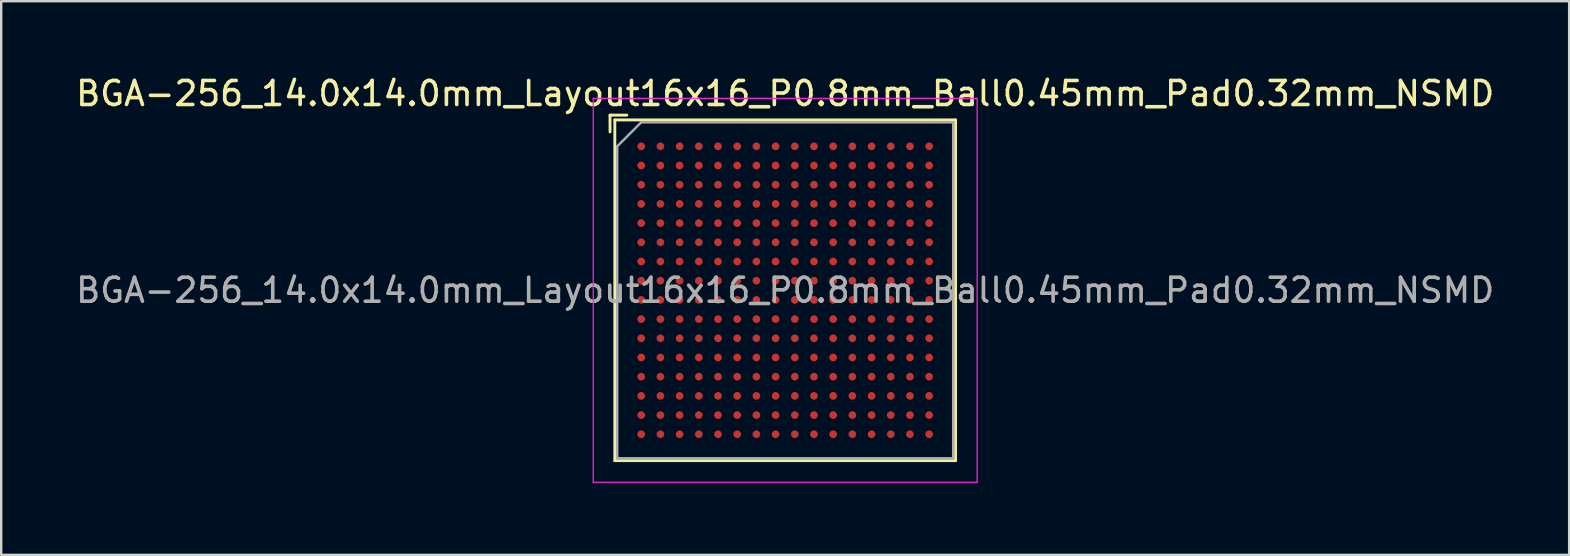
<source format=kicad_pcb>
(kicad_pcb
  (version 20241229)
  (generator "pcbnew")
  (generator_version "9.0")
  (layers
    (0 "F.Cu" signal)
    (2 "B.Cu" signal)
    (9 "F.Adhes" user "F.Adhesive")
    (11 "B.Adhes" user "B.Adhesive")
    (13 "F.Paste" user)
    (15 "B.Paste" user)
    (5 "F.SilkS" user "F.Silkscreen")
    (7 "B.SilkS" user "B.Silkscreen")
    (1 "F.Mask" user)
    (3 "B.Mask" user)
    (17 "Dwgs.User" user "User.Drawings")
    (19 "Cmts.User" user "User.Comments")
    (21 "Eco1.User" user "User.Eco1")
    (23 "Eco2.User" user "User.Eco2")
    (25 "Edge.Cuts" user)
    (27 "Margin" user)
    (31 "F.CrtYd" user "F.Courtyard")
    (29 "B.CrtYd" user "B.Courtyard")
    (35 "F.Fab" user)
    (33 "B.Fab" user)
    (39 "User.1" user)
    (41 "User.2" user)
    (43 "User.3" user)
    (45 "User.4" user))
  (footprint "BGA-256_14.0x14.0mm_Layout16x16_P0.8mm_Ball0.45mm_Pad0.32mm_NSMD"
    (layer "F.Cu")
    (at 29.673 9.048)
    (property "Reference" "BGA-256_14.0x14.0mm_Layout16x16_P0.8mm_Ball0.45mm_Pad0.32mm_NSMD" (at 0 -8.2 0) (layer "F.SilkS") (effects (font (size 1 1) (thickness 0.15))))
    (attr smd)
    (fp_line (start -7.3 -7.3) (end -7.3 -6.6) (stroke (width 0.12) (type solid)) (layer "F.SilkS"))
    (fp_line (start -7.1 -7.1) (end -7.1 7.1) (stroke (width 0.12) (type solid)) (layer "F.SilkS"))
    (fp_line (start -7.1 7.1) (end 7.1 7.1) (stroke (width 0.12) (type solid)) (layer "F.SilkS"))
    (fp_line (start -6.6 -7.3) (end -7.3 -7.3) (stroke (width 0.12) (type solid)) (layer "F.SilkS"))
    (fp_line (start 7.1 -7.1) (end -7.1 -7.1) (stroke (width 0.12) (type solid)) (layer "F.SilkS"))
    (fp_line (start 7.1 7.1) (end 7.1 -7.1) (stroke (width 0.12) (type solid)) (layer "F.SilkS"))
    (fp_line (start -8 -8) (end -8 8) (stroke (width 0.05) (type solid)) (layer "F.CrtYd"))
    (fp_line (start -8 -8) (end 8 -8) (stroke (width 0.05) (type solid)) (layer "F.CrtYd"))
    (fp_line (start 8 8) (end -8 8) (stroke (width 0.05) (type solid)) (layer "F.CrtYd"))
    (fp_line (start 8 8) (end 8 -8) (stroke (width 0.05) (type solid)) (layer "F.CrtYd"))
    (fp_line (start -7 -6) (end -7 7) (stroke (width 0.1) (type solid)) (layer "F.Fab"))
    (fp_line (start -7 7) (end 7 7) (stroke (width 0.1) (type solid)) (layer "F.Fab"))
    (fp_line (start -6 -7) (end -7 -6) (stroke (width 0.1) (type solid)) (layer "F.Fab"))
    (fp_line (start 7 -7) (end -6 -7) (stroke (width 0.1) (type solid)) (layer "F.Fab"))
    (fp_line (start 7 7) (end 7 -7) (stroke (width 0.1) (type solid)) (layer "F.Fab"))
    (fp_text user "${REFERENCE}" (at 0 0 0) (layer "F.Fab") (effects (font (size 1 1) (thickness 0.15))))
    (pad "A1" smd circle (at -6 -6) (size 0.32 0.32) (layers "F.Cu" "F.Mask" "F.Paste"))
    (pad "A2" smd circle (at -5.2 -6) (size 0.32 0.32) (layers "F.Cu" "F.Mask" "F.Paste"))
    (pad "A3" smd circle (at -4.4 -6) (size 0.32 0.32) (layers "F.Cu" "F.Mask" "F.Paste"))
    (pad "A4" smd circle (at -3.6 -6) (size 0.32 0.32) (layers "F.Cu" "F.Mask" "F.Paste"))
    (pad "A5" smd circle (at -2.8 -6) (size 0.32 0.32) (layers "F.Cu" "F.Mask" "F.Paste"))
    (pad "A6" smd circle (at -2 -6) (size 0.32 0.32) (layers "F.Cu" "F.Mask" "F.Paste"))
    (pad "A7" smd circle (at -1.2 -6) (size 0.32 0.32) (layers "F.Cu" "F.Mask" "F.Paste"))
    (pad "A8" smd circle (at -0.4 -6) (size 0.32 0.32) (layers "F.Cu" "F.Mask" "F.Paste"))
    (pad "A9" smd circle (at 0.4 -6) (size 0.32 0.32) (layers "F.Cu" "F.Mask" "F.Paste"))
    (pad "A10" smd circle (at 1.2 -6) (size 0.32 0.32) (layers "F.Cu" "F.Mask" "F.Paste"))
    (pad "A11" smd circle (at 2 -6) (size 0.32 0.32) (layers "F.Cu" "F.Mask" "F.Paste"))
    (pad "A12" smd circle (at 2.8 -6) (size 0.32 0.32) (layers "F.Cu" "F.Mask" "F.Paste"))
    (pad "A13" smd circle (at 3.6 -6) (size 0.32 0.32) (layers "F.Cu" "F.Mask" "F.Paste"))
    (pad "A14" smd circle (at 4.4 -6) (size 0.32 0.32) (layers "F.Cu" "F.Mask" "F.Paste"))
    (pad "A15" smd circle (at 5.2 -6) (size 0.32 0.32) (layers "F.Cu" "F.Mask" "F.Paste"))
    (pad "A16" smd circle (at 6 -6) (size 0.32 0.32) (layers "F.Cu" "F.Mask" "F.Paste"))
    (pad "B1" smd circle (at -6 -5.2) (size 0.32 0.32) (layers "F.Cu" "F.Mask" "F.Paste"))
    (pad "B2" smd circle (at -5.2 -5.2) (size 0.32 0.32) (layers "F.Cu" "F.Mask" "F.Paste"))
    (pad "B3" smd circle (at -4.4 -5.2) (size 0.32 0.32) (layers "F.Cu" "F.Mask" "F.Paste"))
    (pad "B4" smd circle (at -3.6 -5.2) (size 0.32 0.32) (layers "F.Cu" "F.Mask" "F.Paste"))
    (pad "B5" smd circle (at -2.8 -5.2) (size 0.32 0.32) (layers "F.Cu" "F.Mask" "F.Paste"))
    (pad "B6" smd circle (at -2 -5.2) (size 0.32 0.32) (layers "F.Cu" "F.Mask" "F.Paste"))
    (pad "B7" smd circle (at -1.2 -5.2) (size 0.32 0.32) (layers "F.Cu" "F.Mask" "F.Paste"))
    (pad "B8" smd circle (at -0.4 -5.2) (size 0.32 0.32) (layers "F.Cu" "F.Mask" "F.Paste"))
    (pad "B9" smd circle (at 0.4 -5.2) (size 0.32 0.32) (layers "F.Cu" "F.Mask" "F.Paste"))
    (pad "B10" smd circle (at 1.2 -5.2) (size 0.32 0.32) (layers "F.Cu" "F.Mask" "F.Paste"))
    (pad "B11" smd circle (at 2 -5.2) (size 0.32 0.32) (layers "F.Cu" "F.Mask" "F.Paste"))
    (pad "B12" smd circle (at 2.8 -5.2) (size 0.32 0.32) (layers "F.Cu" "F.Mask" "F.Paste"))
    (pad "B13" smd circle (at 3.6 -5.2) (size 0.32 0.32) (layers "F.Cu" "F.Mask" "F.Paste"))
    (pad "B14" smd circle (at 4.4 -5.2) (size 0.32 0.32) (layers "F.Cu" "F.Mask" "F.Paste"))
    (pad "B15" smd circle (at 5.2 -5.2) (size 0.32 0.32) (layers "F.Cu" "F.Mask" "F.Paste"))
    (pad "B16" smd circle (at 6 -5.2) (size 0.32 0.32) (layers "F.Cu" "F.Mask" "F.Paste"))
    (pad "C1" smd circle (at -6 -4.4) (size 0.32 0.32) (layers "F.Cu" "F.Mask" "F.Paste"))
    (pad "C2" smd circle (at -5.2 -4.4) (size 0.32 0.32) (layers "F.Cu" "F.Mask" "F.Paste"))
    (pad "C3" smd circle (at -4.4 -4.4) (size 0.32 0.32) (layers "F.Cu" "F.Mask" "F.Paste"))
    (pad "C4" smd circle (at -3.6 -4.4) (size 0.32 0.32) (layers "F.Cu" "F.Mask" "F.Paste"))
    (pad "C5" smd circle (at -2.8 -4.4) (size 0.32 0.32) (layers "F.Cu" "F.Mask" "F.Paste"))
    (pad "C6" smd circle (at -2 -4.4) (size 0.32 0.32) (layers "F.Cu" "F.Mask" "F.Paste"))
    (pad "C7" smd circle (at -1.2 -4.4) (size 0.32 0.32) (layers "F.Cu" "F.Mask" "F.Paste"))
    (pad "C8" smd circle (at -0.4 -4.4) (size 0.32 0.32) (layers "F.Cu" "F.Mask" "F.Paste"))
    (pad "C9" smd circle (at 0.4 -4.4) (size 0.32 0.32) (layers "F.Cu" "F.Mask" "F.Paste"))
    (pad "C10" smd circle (at 1.2 -4.4) (size 0.32 0.32) (layers "F.Cu" "F.Mask" "F.Paste"))
    (pad "C11" smd circle (at 2 -4.4) (size 0.32 0.32) (layers "F.Cu" "F.Mask" "F.Paste"))
    (pad "C12" smd circle (at 2.8 -4.4) (size 0.32 0.32) (layers "F.Cu" "F.Mask" "F.Paste"))
    (pad "C13" smd circle (at 3.6 -4.4) (size 0.32 0.32) (layers "F.Cu" "F.Mask" "F.Paste"))
    (pad "C14" smd circle (at 4.4 -4.4) (size 0.32 0.32) (layers "F.Cu" "F.Mask" "F.Paste"))
    (pad "C15" smd circle (at 5.2 -4.4) (size 0.32 0.32) (layers "F.Cu" "F.Mask" "F.Paste"))
    (pad "C16" smd circle (at 6 -4.4) (size 0.32 0.32) (layers "F.Cu" "F.Mask" "F.Paste"))
    (pad "D1" smd circle (at -6 -3.6) (size 0.32 0.32) (layers "F.Cu" "F.Mask" "F.Paste"))
    (pad "D2" smd circle (at -5.2 -3.6) (size 0.32 0.32) (layers "F.Cu" "F.Mask" "F.Paste"))
    (pad "D3" smd circle (at -4.4 -3.6) (size 0.32 0.32) (layers "F.Cu" "F.Mask" "F.Paste"))
    (pad "D4" smd circle (at -3.6 -3.6) (size 0.32 0.32) (layers "F.Cu" "F.Mask" "F.Paste"))
    (pad "D5" smd circle (at -2.8 -3.6) (size 0.32 0.32) (layers "F.Cu" "F.Mask" "F.Paste"))
    (pad "D6" smd circle (at -2 -3.6) (size 0.32 0.32) (layers "F.Cu" "F.Mask" "F.Paste"))
    (pad "D7" smd circle (at -1.2 -3.6) (size 0.32 0.32) (layers "F.Cu" "F.Mask" "F.Paste"))
    (pad "D8" smd circle (at -0.4 -3.6) (size 0.32 0.32) (layers "F.Cu" "F.Mask" "F.Paste"))
    (pad "D9" smd circle (at 0.4 -3.6) (size 0.32 0.32) (layers "F.Cu" "F.Mask" "F.Paste"))
    (pad "D10" smd circle (at 1.2 -3.6) (size 0.32 0.32) (layers "F.Cu" "F.Mask" "F.Paste"))
    (pad "D11" smd circle (at 2 -3.6) (size 0.32 0.32) (layers "F.Cu" "F.Mask" "F.Paste"))
    (pad "D12" smd circle (at 2.8 -3.6) (size 0.32 0.32) (layers "F.Cu" "F.Mask" "F.Paste"))
    (pad "D13" smd circle (at 3.6 -3.6) (size 0.32 0.32) (layers "F.Cu" "F.Mask" "F.Paste"))
    (pad "D14" smd circle (at 4.4 -3.6) (size 0.32 0.32) (layers "F.Cu" "F.Mask" "F.Paste"))
    (pad "D15" smd circle (at 5.2 -3.6) (size 0.32 0.32) (layers "F.Cu" "F.Mask" "F.Paste"))
    (pad "D16" smd circle (at 6 -3.6) (size 0.32 0.32) (layers "F.Cu" "F.Mask" "F.Paste"))
    (pad "E1" smd circle (at -6 -2.8) (size 0.32 0.32) (layers "F.Cu" "F.Mask" "F.Paste"))
    (pad "E2" smd circle (at -5.2 -2.8) (size 0.32 0.32) (layers "F.Cu" "F.Mask" "F.Paste"))
    (pad "E3" smd circle (at -4.4 -2.8) (size 0.32 0.32) (layers "F.Cu" "F.Mask" "F.Paste"))
    (pad "E4" smd circle (at -3.6 -2.8) (size 0.32 0.32) (layers "F.Cu" "F.Mask" "F.Paste"))
    (pad "E5" smd circle (at -2.8 -2.8) (size 0.32 0.32) (layers "F.Cu" "F.Mask" "F.Paste"))
    (pad "E6" smd circle (at -2 -2.8) (size 0.32 0.32) (layers "F.Cu" "F.Mask" "F.Paste"))
    (pad "E7" smd circle (at -1.2 -2.8) (size 0.32 0.32) (layers "F.Cu" "F.Mask" "F.Paste"))
    (pad "E8" smd circle (at -0.4 -2.8) (size 0.32 0.32) (layers "F.Cu" "F.Mask" "F.Paste"))
    (pad "E9" smd circle (at 0.4 -2.8) (size 0.32 0.32) (layers "F.Cu" "F.Mask" "F.Paste"))
    (pad "E10" smd circle (at 1.2 -2.8) (size 0.32 0.32) (layers "F.Cu" "F.Mask" "F.Paste"))
    (pad "E11" smd circle (at 2 -2.8) (size 0.32 0.32) (layers "F.Cu" "F.Mask" "F.Paste"))
    (pad "E12" smd circle (at 2.8 -2.8) (size 0.32 0.32) (layers "F.Cu" "F.Mask" "F.Paste"))
    (pad "E13" smd circle (at 3.6 -2.8) (size 0.32 0.32) (layers "F.Cu" "F.Mask" "F.Paste"))
    (pad "E14" smd circle (at 4.4 -2.8) (size 0.32 0.32) (layers "F.Cu" "F.Mask" "F.Paste"))
    (pad "E15" smd circle (at 5.2 -2.8) (size 0.32 0.32) (layers "F.Cu" "F.Mask" "F.Paste"))
    (pad "E16" smd circle (at 6 -2.8) (size 0.32 0.32) (layers "F.Cu" "F.Mask" "F.Paste"))
    (pad "F1" smd circle (at -6 -2) (size 0.32 0.32) (layers "F.Cu" "F.Mask" "F.Paste"))
    (pad "F2" smd circle (at -5.2 -2) (size 0.32 0.32) (layers "F.Cu" "F.Mask" "F.Paste"))
    (pad "F3" smd circle (at -4.4 -2) (size 0.32 0.32) (layers "F.Cu" "F.Mask" "F.Paste"))
    (pad "F4" smd circle (at -3.6 -2) (size 0.32 0.32) (layers "F.Cu" "F.Mask" "F.Paste"))
    (pad "F5" smd circle (at -2.8 -2) (size 0.32 0.32) (layers "F.Cu" "F.Mask" "F.Paste"))
    (pad "F6" smd circle (at -2 -2) (size 0.32 0.32) (layers "F.Cu" "F.Mask" "F.Paste"))
    (pad "F7" smd circle (at -1.2 -2) (size 0.32 0.32) (layers "F.Cu" "F.Mask" "F.Paste"))
    (pad "F8" smd circle (at -0.4 -2) (size 0.32 0.32) (layers "F.Cu" "F.Mask" "F.Paste"))
    (pad "F9" smd circle (at 0.4 -2) (size 0.32 0.32) (layers "F.Cu" "F.Mask" "F.Paste"))
    (pad "F10" smd circle (at 1.2 -2) (size 0.32 0.32) (layers "F.Cu" "F.Mask" "F.Paste"))
    (pad "F11" smd circle (at 2 -2) (size 0.32 0.32) (layers "F.Cu" "F.Mask" "F.Paste"))
    (pad "F12" smd circle (at 2.8 -2) (size 0.32 0.32) (layers "F.Cu" "F.Mask" "F.Paste"))
    (pad "F13" smd circle (at 3.6 -2) (size 0.32 0.32) (layers "F.Cu" "F.Mask" "F.Paste"))
    (pad "F14" smd circle (at 4.4 -2) (size 0.32 0.32) (layers "F.Cu" "F.Mask" "F.Paste"))
    (pad "F15" smd circle (at 5.2 -2) (size 0.32 0.32) (layers "F.Cu" "F.Mask" "F.Paste"))
    (pad "F16" smd circle (at 6 -2) (size 0.32 0.32) (layers "F.Cu" "F.Mask" "F.Paste"))
    (pad "G1" smd circle (at -6 -1.2) (size 0.32 0.32) (layers "F.Cu" "F.Mask" "F.Paste"))
    (pad "G2" smd circle (at -5.2 -1.2) (size 0.32 0.32) (layers "F.Cu" "F.Mask" "F.Paste"))
    (pad "G3" smd circle (at -4.4 -1.2) (size 0.32 0.32) (layers "F.Cu" "F.Mask" "F.Paste"))
    (pad "G4" smd circle (at -3.6 -1.2) (size 0.32 0.32) (layers "F.Cu" "F.Mask" "F.Paste"))
    (pad "G5" smd circle (at -2.8 -1.2) (size 0.32 0.32) (layers "F.Cu" "F.Mask" "F.Paste"))
    (pad "G6" smd circle (at -2 -1.2) (size 0.32 0.32) (layers "F.Cu" "F.Mask" "F.Paste"))
    (pad "G7" smd circle (at -1.2 -1.2) (size 0.32 0.32) (layers "F.Cu" "F.Mask" "F.Paste"))
    (pad "G8" smd circle (at -0.4 -1.2) (size 0.32 0.32) (layers "F.Cu" "F.Mask" "F.Paste"))
    (pad "G9" smd circle (at 0.4 -1.2) (size 0.32 0.32) (layers "F.Cu" "F.Mask" "F.Paste"))
    (pad "G10" smd circle (at 1.2 -1.2) (size 0.32 0.32) (layers "F.Cu" "F.Mask" "F.Paste"))
    (pad "G11" smd circle (at 2 -1.2) (size 0.32 0.32) (layers "F.Cu" "F.Mask" "F.Paste"))
    (pad "G12" smd circle (at 2.8 -1.2) (size 0.32 0.32) (layers "F.Cu" "F.Mask" "F.Paste"))
    (pad "G13" smd circle (at 3.6 -1.2) (size 0.32 0.32) (layers "F.Cu" "F.Mask" "F.Paste"))
    (pad "G14" smd circle (at 4.4 -1.2) (size 0.32 0.32) (layers "F.Cu" "F.Mask" "F.Paste"))
    (pad "G15" smd circle (at 5.2 -1.2) (size 0.32 0.32) (layers "F.Cu" "F.Mask" "F.Paste"))
    (pad "G16" smd circle (at 6 -1.2) (size 0.32 0.32) (layers "F.Cu" "F.Mask" "F.Paste"))
    (pad "H1" smd circle (at -6 -0.4) (size 0.32 0.32) (layers "F.Cu" "F.Mask" "F.Paste"))
    (pad "H2" smd circle (at -5.2 -0.4) (size 0.32 0.32) (layers "F.Cu" "F.Mask" "F.Paste"))
    (pad "H3" smd circle (at -4.4 -0.4) (size 0.32 0.32) (layers "F.Cu" "F.Mask" "F.Paste"))
    (pad "H4" smd circle (at -3.6 -0.4) (size 0.32 0.32) (layers "F.Cu" "F.Mask" "F.Paste"))
    (pad "H5" smd circle (at -2.8 -0.4) (size 0.32 0.32) (layers "F.Cu" "F.Mask" "F.Paste"))
    (pad "H6" smd circle (at -2 -0.4) (size 0.32 0.32) (layers "F.Cu" "F.Mask" "F.Paste"))
    (pad "H7" smd circle (at -1.2 -0.4) (size 0.32 0.32) (layers "F.Cu" "F.Mask" "F.Paste"))
    (pad "H8" smd circle (at -0.4 -0.4) (size 0.32 0.32) (layers "F.Cu" "F.Mask" "F.Paste"))
    (pad "H9" smd circle (at 0.4 -0.4) (size 0.32 0.32) (layers "F.Cu" "F.Mask" "F.Paste"))
    (pad "H10" smd circle (at 1.2 -0.4) (size 0.32 0.32) (layers "F.Cu" "F.Mask" "F.Paste"))
    (pad "H11" smd circle (at 2 -0.4) (size 0.32 0.32) (layers "F.Cu" "F.Mask" "F.Paste"))
    (pad "H12" smd circle (at 2.8 -0.4) (size 0.32 0.32) (layers "F.Cu" "F.Mask" "F.Paste"))
    (pad "H13" smd circle (at 3.6 -0.4) (size 0.32 0.32) (layers "F.Cu" "F.Mask" "F.Paste"))
    (pad "H14" smd circle (at 4.4 -0.4) (size 0.32 0.32) (layers "F.Cu" "F.Mask" "F.Paste"))
    (pad "H15" smd circle (at 5.2 -0.4) (size 0.32 0.32) (layers "F.Cu" "F.Mask" "F.Paste"))
    (pad "H16" smd circle (at 6 -0.4) (size 0.32 0.32) (layers "F.Cu" "F.Mask" "F.Paste"))
    (pad "J1" smd circle (at -6 0.4) (size 0.32 0.32) (layers "F.Cu" "F.Mask" "F.Paste"))
    (pad "J2" smd circle (at -5.2 0.4) (size 0.32 0.32) (layers "F.Cu" "F.Mask" "F.Paste"))
    (pad "J3" smd circle (at -4.4 0.4) (size 0.32 0.32) (layers "F.Cu" "F.Mask" "F.Paste"))
    (pad "J4" smd circle (at -3.6 0.4) (size 0.32 0.32) (layers "F.Cu" "F.Mask" "F.Paste"))
    (pad "J5" smd circle (at -2.8 0.4) (size 0.32 0.32) (layers "F.Cu" "F.Mask" "F.Paste"))
    (pad "J6" smd circle (at -2 0.4) (size 0.32 0.32) (layers "F.Cu" "F.Mask" "F.Paste"))
    (pad "J7" smd circle (at -1.2 0.4) (size 0.32 0.32) (layers "F.Cu" "F.Mask" "F.Paste"))
    (pad "J8" smd circle (at -0.4 0.4) (size 0.32 0.32) (layers "F.Cu" "F.Mask" "F.Paste"))
    (pad "J9" smd circle (at 0.4 0.4) (size 0.32 0.32) (layers "F.Cu" "F.Mask" "F.Paste"))
    (pad "J10" smd circle (at 1.2 0.4) (size 0.32 0.32) (layers "F.Cu" "F.Mask" "F.Paste"))
    (pad "J11" smd circle (at 2 0.4) (size 0.32 0.32) (layers "F.Cu" "F.Mask" "F.Paste"))
    (pad "J12" smd circle (at 2.8 0.4) (size 0.32 0.32) (layers "F.Cu" "F.Mask" "F.Paste"))
    (pad "J13" smd circle (at 3.6 0.4) (size 0.32 0.32) (layers "F.Cu" "F.Mask" "F.Paste"))
    (pad "J14" smd circle (at 4.4 0.4) (size 0.32 0.32) (layers "F.Cu" "F.Mask" "F.Paste"))
    (pad "J15" smd circle (at 5.2 0.4) (size 0.32 0.32) (layers "F.Cu" "F.Mask" "F.Paste"))
    (pad "J16" smd circle (at 6 0.4) (size 0.32 0.32) (layers "F.Cu" "F.Mask" "F.Paste"))
    (pad "K1" smd circle (at -6 1.2) (size 0.32 0.32) (layers "F.Cu" "F.Mask" "F.Paste"))
    (pad "K2" smd circle (at -5.2 1.2) (size 0.32 0.32) (layers "F.Cu" "F.Mask" "F.Paste"))
    (pad "K3" smd circle (at -4.4 1.2) (size 0.32 0.32) (layers "F.Cu" "F.Mask" "F.Paste"))
    (pad "K4" smd circle (at -3.6 1.2) (size 0.32 0.32) (layers "F.Cu" "F.Mask" "F.Paste"))
    (pad "K5" smd circle (at -2.8 1.2) (size 0.32 0.32) (layers "F.Cu" "F.Mask" "F.Paste"))
    (pad "K6" smd circle (at -2 1.2) (size 0.32 0.32) (layers "F.Cu" "F.Mask" "F.Paste"))
    (pad "K7" smd circle (at -1.2 1.2) (size 0.32 0.32) (layers "F.Cu" "F.Mask" "F.Paste"))
    (pad "K8" smd circle (at -0.4 1.2) (size 0.32 0.32) (layers "F.Cu" "F.Mask" "F.Paste"))
    (pad "K9" smd circle (at 0.4 1.2) (size 0.32 0.32) (layers "F.Cu" "F.Mask" "F.Paste"))
    (pad "K10" smd circle (at 1.2 1.2) (size 0.32 0.32) (layers "F.Cu" "F.Mask" "F.Paste"))
    (pad "K11" smd circle (at 2 1.2) (size 0.32 0.32) (layers "F.Cu" "F.Mask" "F.Paste"))
    (pad "K12" smd circle (at 2.8 1.2) (size 0.32 0.32) (layers "F.Cu" "F.Mask" "F.Paste"))
    (pad "K13" smd circle (at 3.6 1.2) (size 0.32 0.32) (layers "F.Cu" "F.Mask" "F.Paste"))
    (pad "K14" smd circle (at 4.4 1.2) (size 0.32 0.32) (layers "F.Cu" "F.Mask" "F.Paste"))
    (pad "K15" smd circle (at 5.2 1.2) (size 0.32 0.32) (layers "F.Cu" "F.Mask" "F.Paste"))
    (pad "K16" smd circle (at 6 1.2) (size 0.32 0.32) (layers "F.Cu" "F.Mask" "F.Paste"))
    (pad "L1" smd circle (at -6 2) (size 0.32 0.32) (layers "F.Cu" "F.Mask" "F.Paste"))
    (pad "L2" smd circle (at -5.2 2) (size 0.32 0.32) (layers "F.Cu" "F.Mask" "F.Paste"))
    (pad "L3" smd circle (at -4.4 2) (size 0.32 0.32) (layers "F.Cu" "F.Mask" "F.Paste"))
    (pad "L4" smd circle (at -3.6 2) (size 0.32 0.32) (layers "F.Cu" "F.Mask" "F.Paste"))
    (pad "L5" smd circle (at -2.8 2) (size 0.32 0.32) (layers "F.Cu" "F.Mask" "F.Paste"))
    (pad "L6" smd circle (at -2 2) (size 0.32 0.32) (layers "F.Cu" "F.Mask" "F.Paste"))
    (pad "L7" smd circle (at -1.2 2) (size 0.32 0.32) (layers "F.Cu" "F.Mask" "F.Paste"))
    (pad "L8" smd circle (at -0.4 2) (size 0.32 0.32) (layers "F.Cu" "F.Mask" "F.Paste"))
    (pad "L9" smd circle (at 0.4 2) (size 0.32 0.32) (layers "F.Cu" "F.Mask" "F.Paste"))
    (pad "L10" smd circle (at 1.2 2) (size 0.32 0.32) (layers "F.Cu" "F.Mask" "F.Paste"))
    (pad "L11" smd circle (at 2 2) (size 0.32 0.32) (layers "F.Cu" "F.Mask" "F.Paste"))
    (pad "L12" smd circle (at 2.8 2) (size 0.32 0.32) (layers "F.Cu" "F.Mask" "F.Paste"))
    (pad "L13" smd circle (at 3.6 2) (size 0.32 0.32) (layers "F.Cu" "F.Mask" "F.Paste"))
    (pad "L14" smd circle (at 4.4 2) (size 0.32 0.32) (layers "F.Cu" "F.Mask" "F.Paste"))
    (pad "L15" smd circle (at 5.2 2) (size 0.32 0.32) (layers "F.Cu" "F.Mask" "F.Paste"))
    (pad "L16" smd circle (at 6 2) (size 0.32 0.32) (layers "F.Cu" "F.Mask" "F.Paste"))
    (pad "M1" smd circle (at -6 2.8) (size 0.32 0.32) (layers "F.Cu" "F.Mask" "F.Paste"))
    (pad "M2" smd circle (at -5.2 2.8) (size 0.32 0.32) (layers "F.Cu" "F.Mask" "F.Paste"))
    (pad "M3" smd circle (at -4.4 2.8) (size 0.32 0.32) (layers "F.Cu" "F.Mask" "F.Paste"))
    (pad "M4" smd circle (at -3.6 2.8) (size 0.32 0.32) (layers "F.Cu" "F.Mask" "F.Paste"))
    (pad "M5" smd circle (at -2.8 2.8) (size 0.32 0.32) (layers "F.Cu" "F.Mask" "F.Paste"))
    (pad "M6" smd circle (at -2 2.8) (size 0.32 0.32) (layers "F.Cu" "F.Mask" "F.Paste"))
    (pad "M7" smd circle (at -1.2 2.8) (size 0.32 0.32) (layers "F.Cu" "F.Mask" "F.Paste"))
    (pad "M8" smd circle (at -0.4 2.8) (size 0.32 0.32) (layers "F.Cu" "F.Mask" "F.Paste"))
    (pad "M9" smd circle (at 0.4 2.8) (size 0.32 0.32) (layers "F.Cu" "F.Mask" "F.Paste"))
    (pad "M10" smd circle (at 1.2 2.8) (size 0.32 0.32) (layers "F.Cu" "F.Mask" "F.Paste"))
    (pad "M11" smd circle (at 2 2.8) (size 0.32 0.32) (layers "F.Cu" "F.Mask" "F.Paste"))
    (pad "M12" smd circle (at 2.8 2.8) (size 0.32 0.32) (layers "F.Cu" "F.Mask" "F.Paste"))
    (pad "M13" smd circle (at 3.6 2.8) (size 0.32 0.32) (layers "F.Cu" "F.Mask" "F.Paste"))
    (pad "M14" smd circle (at 4.4 2.8) (size 0.32 0.32) (layers "F.Cu" "F.Mask" "F.Paste"))
    (pad "M15" smd circle (at 5.2 2.8) (size 0.32 0.32) (layers "F.Cu" "F.Mask" "F.Paste"))
    (pad "M16" smd circle (at 6 2.8) (size 0.32 0.32) (layers "F.Cu" "F.Mask" "F.Paste"))
    (pad "N1" smd circle (at -6 3.6) (size 0.32 0.32) (layers "F.Cu" "F.Mask" "F.Paste"))
    (pad "N2" smd circle (at -5.2 3.6) (size 0.32 0.32) (layers "F.Cu" "F.Mask" "F.Paste"))
    (pad "N3" smd circle (at -4.4 3.6) (size 0.32 0.32) (layers "F.Cu" "F.Mask" "F.Paste"))
    (pad "N4" smd circle (at -3.6 3.6) (size 0.32 0.32) (layers "F.Cu" "F.Mask" "F.Paste"))
    (pad "N5" smd circle (at -2.8 3.6) (size 0.32 0.32) (layers "F.Cu" "F.Mask" "F.Paste"))
    (pad "N6" smd circle (at -2 3.6) (size 0.32 0.32) (layers "F.Cu" "F.Mask" "F.Paste"))
    (pad "N7" smd circle (at -1.2 3.6) (size 0.32 0.32) (layers "F.Cu" "F.Mask" "F.Paste"))
    (pad "N8" smd circle (at -0.4 3.6) (size 0.32 0.32) (layers "F.Cu" "F.Mask" "F.Paste"))
    (pad "N9" smd circle (at 0.4 3.6) (size 0.32 0.32) (layers "F.Cu" "F.Mask" "F.Paste"))
    (pad "N10" smd circle (at 1.2 3.6) (size 0.32 0.32) (layers "F.Cu" "F.Mask" "F.Paste"))
    (pad "N11" smd circle (at 2 3.6) (size 0.32 0.32) (layers "F.Cu" "F.Mask" "F.Paste"))
    (pad "N12" smd circle (at 2.8 3.6) (size 0.32 0.32) (layers "F.Cu" "F.Mask" "F.Paste"))
    (pad "N13" smd circle (at 3.6 3.6) (size 0.32 0.32) (layers "F.Cu" "F.Mask" "F.Paste"))
    (pad "N14" smd circle (at 4.4 3.6) (size 0.32 0.32) (layers "F.Cu" "F.Mask" "F.Paste"))
    (pad "N15" smd circle (at 5.2 3.6) (size 0.32 0.32) (layers "F.Cu" "F.Mask" "F.Paste"))
    (pad "N16" smd circle (at 6 3.6) (size 0.32 0.32) (layers "F.Cu" "F.Mask" "F.Paste"))
    (pad "P1" smd circle (at -6 4.4) (size 0.32 0.32) (layers "F.Cu" "F.Mask" "F.Paste"))
    (pad "P2" smd circle (at -5.2 4.4) (size 0.32 0.32) (layers "F.Cu" "F.Mask" "F.Paste"))
    (pad "P3" smd circle (at -4.4 4.4) (size 0.32 0.32) (layers "F.Cu" "F.Mask" "F.Paste"))
    (pad "P4" smd circle (at -3.6 4.4) (size 0.32 0.32) (layers "F.Cu" "F.Mask" "F.Paste"))
    (pad "P5" smd circle (at -2.8 4.4) (size 0.32 0.32) (layers "F.Cu" "F.Mask" "F.Paste"))
    (pad "P6" smd circle (at -2 4.4) (size 0.32 0.32) (layers "F.Cu" "F.Mask" "F.Paste"))
    (pad "P7" smd circle (at -1.2 4.4) (size 0.32 0.32) (layers "F.Cu" "F.Mask" "F.Paste"))
    (pad "P8" smd circle (at -0.4 4.4) (size 0.32 0.32) (layers "F.Cu" "F.Mask" "F.Paste"))
    (pad "P9" smd circle (at 0.4 4.4) (size 0.32 0.32) (layers "F.Cu" "F.Mask" "F.Paste"))
    (pad "P10" smd circle (at 1.2 4.4) (size 0.32 0.32) (layers "F.Cu" "F.Mask" "F.Paste"))
    (pad "P11" smd circle (at 2 4.4) (size 0.32 0.32) (layers "F.Cu" "F.Mask" "F.Paste"))
    (pad "P12" smd circle (at 2.8 4.4) (size 0.32 0.32) (layers "F.Cu" "F.Mask" "F.Paste"))
    (pad "P13" smd circle (at 3.6 4.4) (size 0.32 0.32) (layers "F.Cu" "F.Mask" "F.Paste"))
    (pad "P14" smd circle (at 4.4 4.4) (size 0.32 0.32) (layers "F.Cu" "F.Mask" "F.Paste"))
    (pad "P15" smd circle (at 5.2 4.4) (size 0.32 0.32) (layers "F.Cu" "F.Mask" "F.Paste"))
    (pad "P16" smd circle (at 6 4.4) (size 0.32 0.32) (layers "F.Cu" "F.Mask" "F.Paste"))
    (pad "R1" smd circle (at -6 5.2) (size 0.32 0.32) (layers "F.Cu" "F.Mask" "F.Paste"))
    (pad "R2" smd circle (at -5.2 5.2) (size 0.32 0.32) (layers "F.Cu" "F.Mask" "F.Paste"))
    (pad "R3" smd circle (at -4.4 5.2) (size 0.32 0.32) (layers "F.Cu" "F.Mask" "F.Paste"))
    (pad "R4" smd circle (at -3.6 5.2) (size 0.32 0.32) (layers "F.Cu" "F.Mask" "F.Paste"))
    (pad "R5" smd circle (at -2.8 5.2) (size 0.32 0.32) (layers "F.Cu" "F.Mask" "F.Paste"))
    (pad "R6" smd circle (at -2 5.2) (size 0.32 0.32) (layers "F.Cu" "F.Mask" "F.Paste"))
    (pad "R7" smd circle (at -1.2 5.2) (size 0.32 0.32) (layers "F.Cu" "F.Mask" "F.Paste"))
    (pad "R8" smd circle (at -0.4 5.2) (size 0.32 0.32) (layers "F.Cu" "F.Mask" "F.Paste"))
    (pad "R9" smd circle (at 0.4 5.2) (size 0.32 0.32) (layers "F.Cu" "F.Mask" "F.Paste"))
    (pad "R10" smd circle (at 1.2 5.2) (size 0.32 0.32) (layers "F.Cu" "F.Mask" "F.Paste"))
    (pad "R11" smd circle (at 2 5.2) (size 0.32 0.32) (layers "F.Cu" "F.Mask" "F.Paste"))
    (pad "R12" smd circle (at 2.8 5.2) (size 0.32 0.32) (layers "F.Cu" "F.Mask" "F.Paste"))
    (pad "R13" smd circle (at 3.6 5.2) (size 0.32 0.32) (layers "F.Cu" "F.Mask" "F.Paste"))
    (pad "R14" smd circle (at 4.4 5.2) (size 0.32 0.32) (layers "F.Cu" "F.Mask" "F.Paste"))
    (pad "R15" smd circle (at 5.2 5.2) (size 0.32 0.32) (layers "F.Cu" "F.Mask" "F.Paste"))
    (pad "R16" smd circle (at 6 5.2) (size 0.32 0.32) (layers "F.Cu" "F.Mask" "F.Paste"))
    (pad "T1" smd circle (at -6 6) (size 0.32 0.32) (layers "F.Cu" "F.Mask" "F.Paste"))
    (pad "T2" smd circle (at -5.2 6) (size 0.32 0.32) (layers "F.Cu" "F.Mask" "F.Paste"))
    (pad "T3" smd circle (at -4.4 6) (size 0.32 0.32) (layers "F.Cu" "F.Mask" "F.Paste"))
    (pad "T4" smd circle (at -3.6 6) (size 0.32 0.32) (layers "F.Cu" "F.Mask" "F.Paste"))
    (pad "T5" smd circle (at -2.8 6) (size 0.32 0.32) (layers "F.Cu" "F.Mask" "F.Paste"))
    (pad "T6" smd circle (at -2 6) (size 0.32 0.32) (layers "F.Cu" "F.Mask" "F.Paste"))
    (pad "T7" smd circle (at -1.2 6) (size 0.32 0.32) (layers "F.Cu" "F.Mask" "F.Paste"))
    (pad "T8" smd circle (at -0.4 6) (size 0.32 0.32) (layers "F.Cu" "F.Mask" "F.Paste"))
    (pad "T9" smd circle (at 0.4 6) (size 0.32 0.32) (layers "F.Cu" "F.Mask" "F.Paste"))
    (pad "T10" smd circle (at 1.2 6) (size 0.32 0.32) (layers "F.Cu" "F.Mask" "F.Paste"))
    (pad "T11" smd circle (at 2 6) (size 0.32 0.32) (layers "F.Cu" "F.Mask" "F.Paste"))
    (pad "T12" smd circle (at 2.8 6) (size 0.32 0.32) (layers "F.Cu" "F.Mask" "F.Paste"))
    (pad "T13" smd circle (at 3.6 6) (size 0.32 0.32) (layers "F.Cu" "F.Mask" "F.Paste"))
    (pad "T14" smd circle (at 4.4 6) (size 0.32 0.32) (layers "F.Cu" "F.Mask" "F.Paste"))
    (pad "T15" smd circle (at 5.2 6) (size 0.32 0.32) (layers "F.Cu" "F.Mask" "F.Paste"))
    (pad "T16" smd circle (at 6 6) (size 0.32 0.32) (layers "F.Cu" "F.Mask" "F.Paste")))
  (gr_rect
    (start -3 -3)
    (end 62.345 20.073)
    (stroke (width 0.1) (type default))
    (fill no)
    (layer "Edge.Cuts")))
</source>
